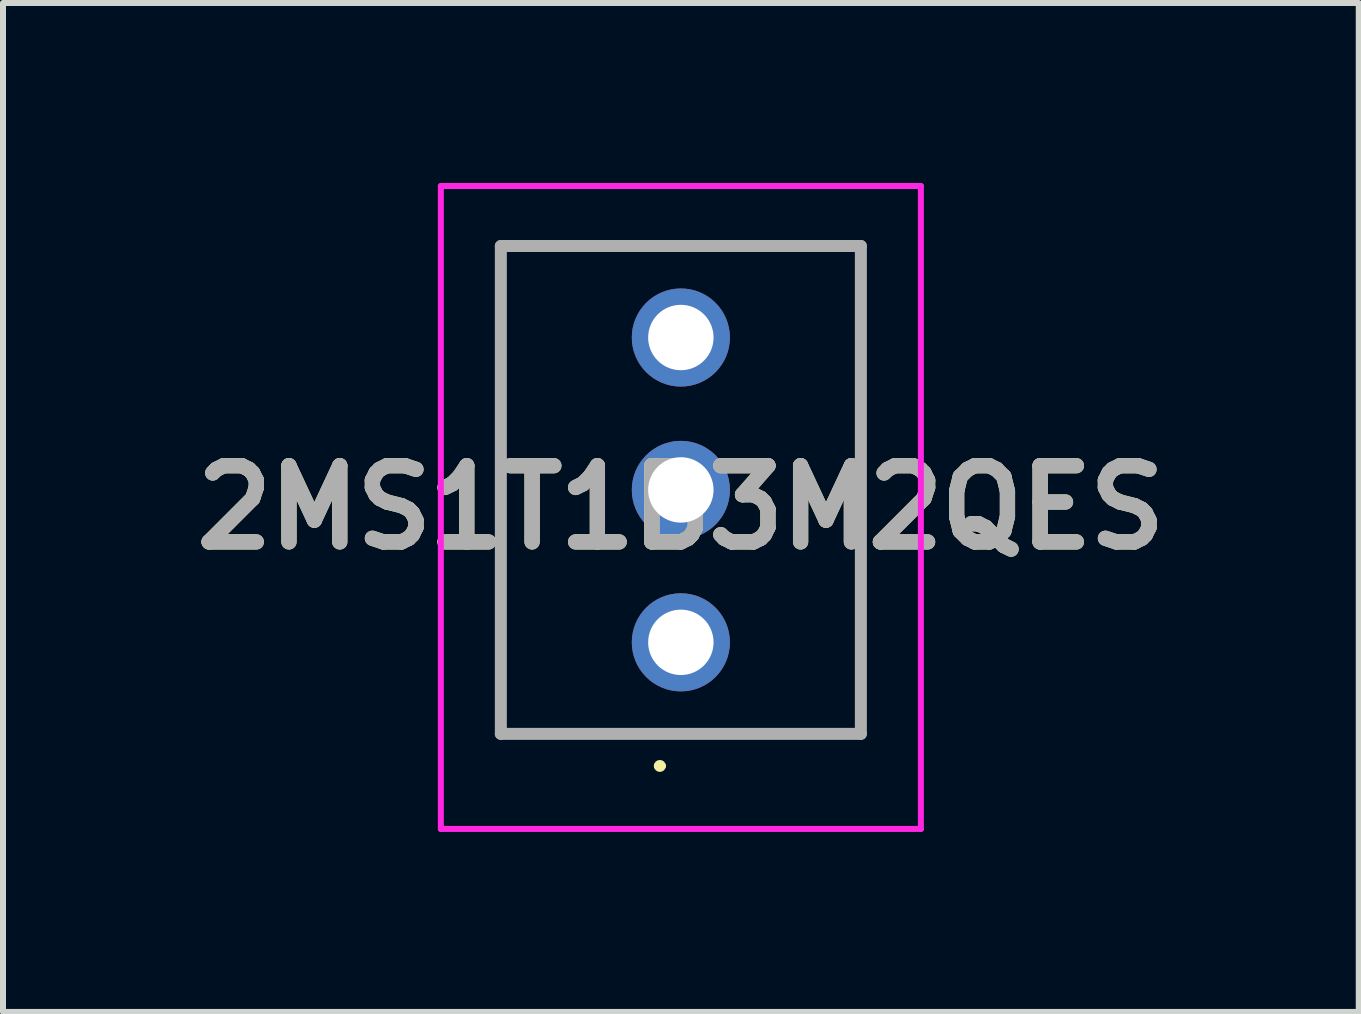
<source format=kicad_pcb>
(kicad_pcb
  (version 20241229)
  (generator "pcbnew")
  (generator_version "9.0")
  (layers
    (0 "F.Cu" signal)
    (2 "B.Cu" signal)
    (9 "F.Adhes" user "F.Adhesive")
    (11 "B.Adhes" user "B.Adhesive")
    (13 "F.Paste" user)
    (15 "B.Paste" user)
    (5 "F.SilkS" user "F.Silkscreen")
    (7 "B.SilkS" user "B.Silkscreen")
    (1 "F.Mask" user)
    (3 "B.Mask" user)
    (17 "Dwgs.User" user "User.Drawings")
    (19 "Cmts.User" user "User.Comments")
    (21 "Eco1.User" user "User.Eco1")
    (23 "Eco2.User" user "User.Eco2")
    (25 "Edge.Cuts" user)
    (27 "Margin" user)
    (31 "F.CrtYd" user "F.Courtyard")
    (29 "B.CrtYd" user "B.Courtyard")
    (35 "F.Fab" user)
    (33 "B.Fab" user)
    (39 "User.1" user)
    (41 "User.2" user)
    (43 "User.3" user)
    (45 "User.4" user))
  (footprint "2MS1T1B3M2QES"
    (layer "F.Cu")
    (at 8.297 7.655)
    (property "Reference" "2MS1T1B3M2QES" (at 0 -2.248 0) (layer "F.SilkS") (effects (font (size 1.27 1.27) (thickness 0.254))))
    (attr through_hole)
    (fp_line (start -3 -6.605) (end 3 -6.605) (stroke (width 0.1) (type solid)) (layer "F.SilkS"))
    (fp_line (start -3 1.525) (end -3 -6.605) (stroke (width 0.1) (type solid)) (layer "F.SilkS"))
    (fp_line (start -0.4 2.06) (end -0.4 2.06) (stroke (width 0.1) (type solid)) (layer "F.SilkS"))
    (fp_line (start -0.3 2.06) (end -0.3 2.06) (stroke (width 0.1) (type solid)) (layer "F.SilkS"))
    (fp_line (start 3 -6.605) (end 3 1.525) (stroke (width 0.1) (type solid)) (layer "F.SilkS"))
    (fp_line (start 3 1.525) (end -3 1.525) (stroke (width 0.1) (type solid)) (layer "F.SilkS"))
    (fp_arc (start -0.4 2.06) (mid -0.35 2.01) (end -0.3 2.06) (stroke (width 0.1) (type solid)) (layer "F.SilkS"))
    (fp_arc (start -0.3 2.06) (mid -0.35 2.11) (end -0.4 2.06) (stroke (width 0.1) (type solid)) (layer "F.SilkS"))
    (fp_line (start -4 -7.605) (end 4 -7.605) (stroke (width 0.1) (type solid)) (layer "F.CrtYd"))
    (fp_line (start -4 3.11) (end -4 -7.605) (stroke (width 0.1) (type solid)) (layer "F.CrtYd"))
    (fp_line (start 4 -7.605) (end 4 3.11) (stroke (width 0.1) (type solid)) (layer "F.CrtYd"))
    (fp_line (start 4 3.11) (end -4 3.11) (stroke (width 0.1) (type solid)) (layer "F.CrtYd"))
    (fp_line (start -3 -6.605) (end 3 -6.605) (stroke (width 0.2) (type solid)) (layer "F.Fab"))
    (fp_line (start -3 1.525) (end -3 -6.605) (stroke (width 0.2) (type solid)) (layer "F.Fab"))
    (fp_line (start 3 -6.605) (end 3 1.525) (stroke (width 0.2) (type solid)) (layer "F.Fab"))
    (fp_line (start 3 1.525) (end -3 1.525) (stroke (width 0.2) (type solid)) (layer "F.Fab"))
    (fp_text user "${REFERENCE}" (at 0 -2.248 0) (layer "F.Fab") (effects (font (size 1.27 1.27) (thickness 0.254))))
    (pad "1" thru_hole circle (at 0 0) (size 1.635 1.635) (drill 1.09) (layers "*.Cu" "*.Mask"))
    (pad "2" thru_hole circle (at 0 -2.54) (size 1.635 1.635) (drill 1.09) (layers "*.Cu" "*.Mask"))
    (pad "3" thru_hole circle (at 0 -5.08) (size 1.635 1.635) (drill 1.09) (layers "*.Cu" "*.Mask")))
  (gr_rect
    (start -3 -3)
    (end 19.595 13.815)
    (stroke (width 0.1) (type default))
    (fill no)
    (layer "Edge.Cuts")))
</source>
